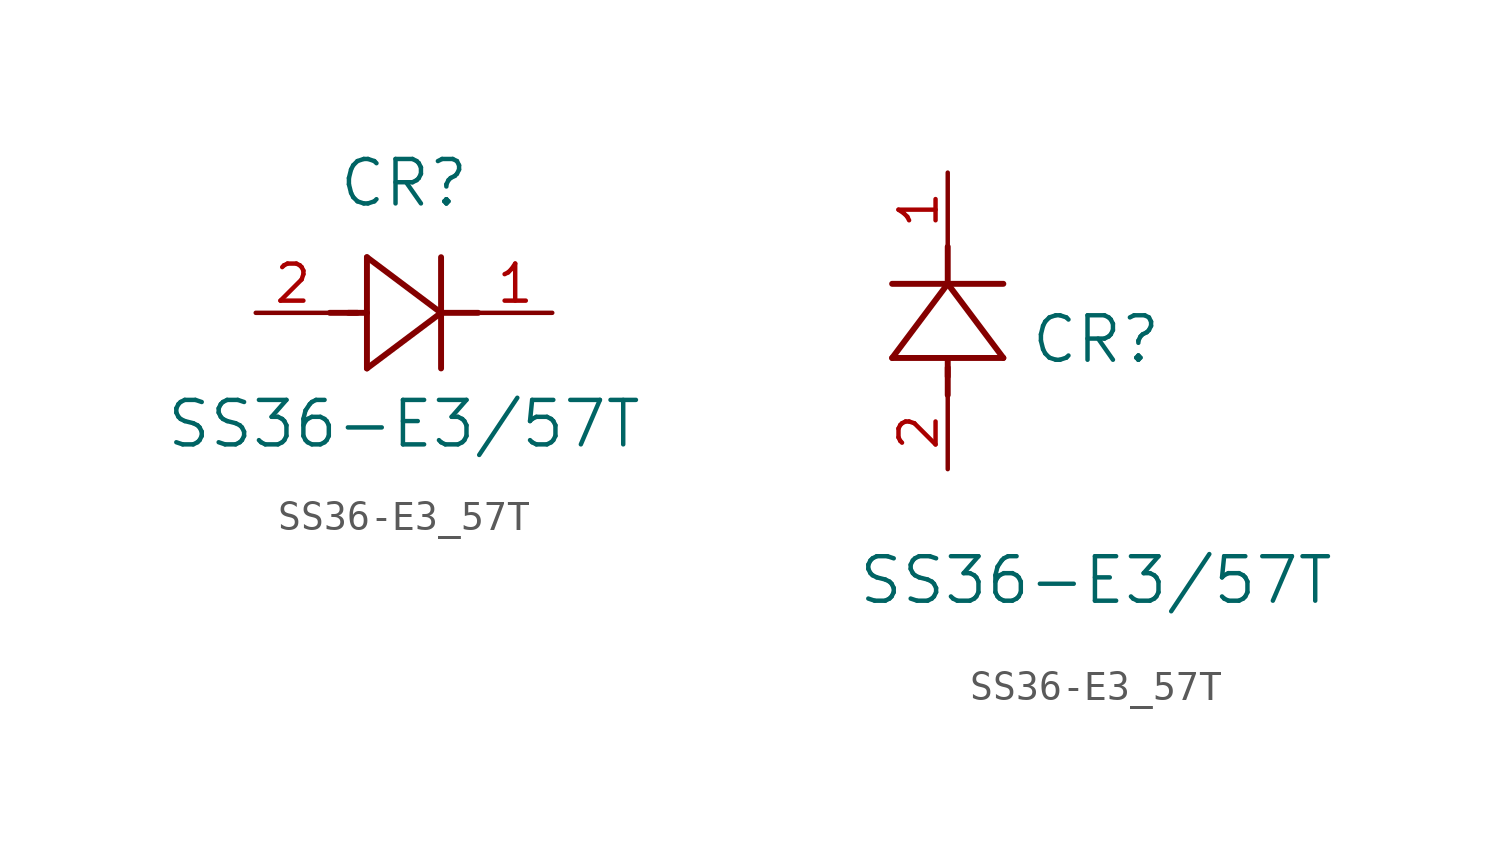
<source format=kicad_sym>
(kicad_symbol_lib
  (version 20211014)
  (generator kicad_symbol_editor)
  (symbol "SS36-E3_57T"
    (pin_names
      (offset 0.254))
    (property "Reference" "CR"
      (at 5.08 4.445 0)
      (effects (font (size 1.524 1.524))))
    (property "Value" "SS36-E3/57T"
      (at 5.08 -3.81 0)
      (effects (font (size 1.524 1.524))))
    (symbol "SS36-E3_57T_1_1"
      (polyline (pts (xy 2.54 0) (xy 3.48 0)) (stroke (width 0.203) (type default) (color 0 0 0 0)) (fill (type none)))
      (polyline (pts (xy 3.81 1.905) (xy 3.81 -1.905)) (stroke (width 0.203) (type default) (color 0 0 0 0)) (fill (type none)))
      (polyline (pts (xy 3.175 0) (xy 3.81 0)) (stroke (width 0.203) (type default) (color 0 0 0 0)) (fill (type none)))
      (polyline (pts (xy 6.35 -1.905) (xy 6.35 1.905)) (stroke (width 0.203) (type default) (color 0 0 0 0)) (fill (type none)))
      (polyline (pts (xy 6.35 0) (xy 7.62 0)) (stroke (width 0.203) (type default) (color 0 0 0 0)) (fill (type none)))
      (polyline (pts (xy 6.35 0) (xy 3.81 1.905)) (stroke (width 0.203) (type default) (color 0 0 0 0)) (fill (type none)))
      (polyline (pts (xy 3.81 -1.905) (xy 6.35 0)) (stroke (width 0.203) (type default) (color 0 0 0 0)) (fill (type none)))
      (pin unspecified line (at 0 0 0) (length 2.54) (name "" (effects (font (size 1.27 1.27)))) (number "2" (effects (font (size 1.27 1.27)))))
      (pin unspecified line (at 10.16 0 180) (length 2.54) (name "" (effects (font (size 1.27 1.27)))) (number "1" (effects (font (size 1.27 1.27))))))
    (symbol "SS36-E3_57T_1_2"
      (polyline (pts (xy 0 2.54) (xy 0 3.48)) (stroke (width 0.203) (type default) (color 0 0 0 0)) (fill (type none)))
      (polyline (pts (xy -1.905 3.81) (xy 1.905 3.81)) (stroke (width 0.203) (type default) (color 0 0 0 0)) (fill (type none)))
      (polyline (pts (xy 0 3.175) (xy 0 3.81)) (stroke (width 0.203) (type default) (color 0 0 0 0)) (fill (type none)))
      (polyline (pts (xy 1.905 6.35) (xy -1.905 6.35)) (stroke (width 0.203) (type default) (color 0 0 0 0)) (fill (type none)))
      (polyline (pts (xy 0 6.35) (xy 0 7.62)) (stroke (width 0.203) (type default) (color 0 0 0 0)) (fill (type none)))
      (polyline (pts (xy 0 6.35) (xy -1.905 3.81)) (stroke (width 0.203) (type default) (color 0 0 0 0)) (fill (type none)))
      (polyline (pts (xy 1.905 3.81) (xy 0 6.35)) (stroke (width 0.203) (type default) (color 0 0 0 0)) (fill (type none)))
      (pin unspecified line (at 0 0 90) (length 2.54) (name "" (effects (font (size 1.27 1.27)))) (number "2" (effects (font (size 1.27 1.27)))))
      (pin unspecified line (at 0 10.16 270) (length 2.54) (name "" (effects (font (size 1.27 1.27)))) (number "1" (effects (font (size 1.27 1.27))))))))
</source>
